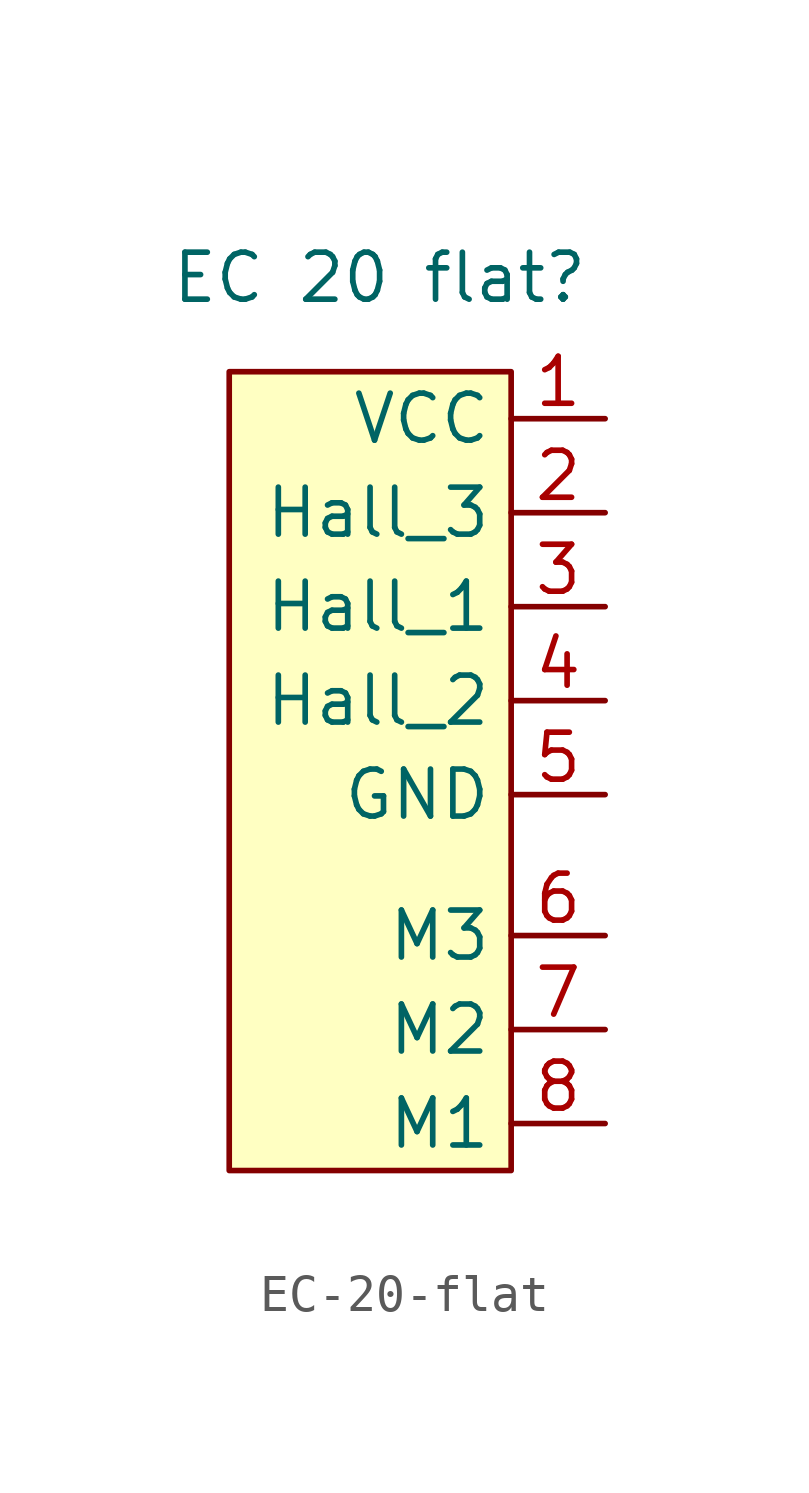
<source format=kicad_sym>
(kicad_symbol_lib
  (version 20231120)
  (generator "kicad_symbol_editor")
  (generator_version "8.0")
  (symbol "EC-20-flat"
    (property "Reference" "EC 20 flat"
      (at 0.254 13.97 0)
      (effects (font (size 1.27 1.27))))
    (property "Value" ""
      (at 2.54 5.08 0)
      (effects (font (size 1.27 1.27))))
    (symbol "EC-20-flat_1_1"
      (rectangle (start -3.81 11.43) (end 3.81 -10.16) (stroke (width 0) (type default)) (fill (type background)))
      (pin power_in line (at 6.35 10.16 180) (length 2.54) (name "VCC" (effects (font (size 1.27 1.27)))) (number "1" (effects (font (size 1.27 1.27)))))
      (pin output line (at 6.35 7.62 180) (length 2.54) (name "Hall_3" (effects (font (size 1.27 1.27)))) (number "2" (effects (font (size 1.27 1.27)))))
      (pin output line (at 6.35 5.08 180) (length 2.54) (name "Hall_1" (effects (font (size 1.27 1.27)))) (number "3" (effects (font (size 1.27 1.27)))))
      (pin output line (at 6.35 2.54 180) (length 2.54) (name "Hall_2" (effects (font (size 1.27 1.27)))) (number "4" (effects (font (size 1.27 1.27)))))
      (pin power_in line (at 6.35 0 180) (length 2.54) (name "GND" (effects (font (size 1.27 1.27)))) (number "5" (effects (font (size 1.27 1.27)))))
      (pin input line (at 6.35 -3.81 180) (length 2.54) (name "M3" (effects (font (size 1.27 1.27)))) (number "6" (effects (font (size 1.27 1.27)))))
      (pin input line (at 6.35 -6.35 180) (length 2.54) (name "M2" (effects (font (size 1.27 1.27)))) (number "7" (effects (font (size 1.27 1.27)))))
      (pin input line (at 6.35 -8.89 180) (length 2.54) (name "M1" (effects (font (size 1.27 1.27)))) (number "8" (effects (font (size 1.27 1.27))))))))
</source>
